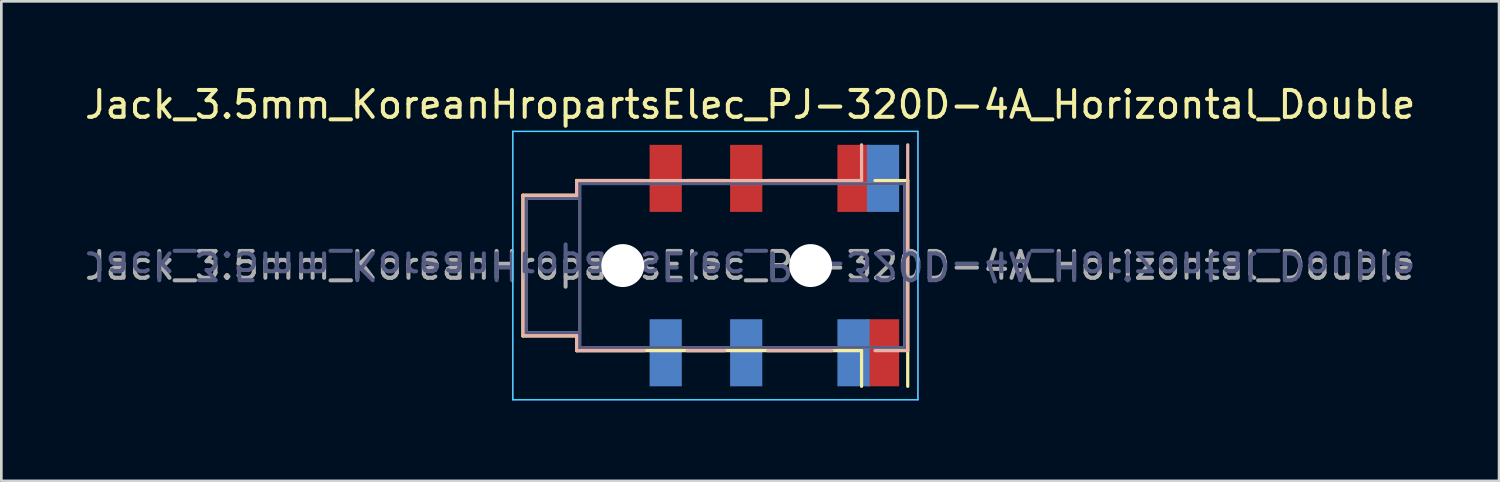
<source format=kicad_pcb>
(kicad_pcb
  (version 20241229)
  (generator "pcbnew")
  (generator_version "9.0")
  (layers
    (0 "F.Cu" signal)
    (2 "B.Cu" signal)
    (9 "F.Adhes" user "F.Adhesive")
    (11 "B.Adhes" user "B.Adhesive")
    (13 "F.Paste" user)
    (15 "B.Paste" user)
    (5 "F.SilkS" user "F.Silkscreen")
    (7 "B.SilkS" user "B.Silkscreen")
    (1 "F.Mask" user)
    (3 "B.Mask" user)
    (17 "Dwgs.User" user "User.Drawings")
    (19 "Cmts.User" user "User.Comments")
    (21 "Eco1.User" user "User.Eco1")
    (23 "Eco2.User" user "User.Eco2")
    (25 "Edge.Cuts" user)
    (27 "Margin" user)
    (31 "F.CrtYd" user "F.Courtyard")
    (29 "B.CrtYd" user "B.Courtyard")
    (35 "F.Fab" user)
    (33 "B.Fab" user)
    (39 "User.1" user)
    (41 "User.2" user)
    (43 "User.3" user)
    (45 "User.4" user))
  (footprint "Jack_3.5mm_KoreanHropartsElec_PJ-320D-4A_Horizontal_Double"
    (layer "F.Cu")
    (at 24.911 6.848)
    (property "Reference" "Jack_3.5mm_KoreanHropartsElec_PJ-320D-4A_Horizontal_Double" (at 0 -6 0) (unlocked yes) (layer "F.SilkS") (effects (font (size 1 1) (thickness 0.15))))
    (attr smd)
    (fp_line (start -8.47 -2.62) (end -6.47 -2.62) (stroke (width 0.12) (type solid)) (layer "F.SilkS"))
    (fp_line (start -8.47 2.62) (end -8.47 -2.62) (stroke (width 0.12) (type solid)) (layer "F.SilkS"))
    (fp_line (start -6.47 -3.17) (end -3.95 -3.17) (stroke (width 0.12) (type solid)) (layer "F.SilkS"))
    (fp_line (start -6.47 -2.62) (end -6.47 -3.17) (stroke (width 0.12) (type solid)) (layer "F.SilkS"))
    (fp_line (start -6.47 2.62) (end -8.47 2.62) (stroke (width 0.12) (type solid)) (layer "F.SilkS"))
    (fp_line (start -6.47 3.17) (end -6.47 2.62) (stroke (width 0.12) (type solid)) (layer "F.SilkS"))
    (fp_line (start -2.35 -3.17) (end -0.95 -3.17) (stroke (width 0.12) (type solid)) (layer "F.SilkS"))
    (fp_line (start 0.65 -3.17) (end 3.05 -3.17) (stroke (width 0.12) (type solid)) (layer "F.SilkS"))
    (fp_line (start 4.15 3.17) (end -6.47 3.17) (stroke (width 0.12) (type solid)) (layer "F.SilkS"))
    (fp_line (start 4.15 4.5) (end 4.15 3.17) (stroke (width 0.12) (type solid)) (layer "F.SilkS"))
    (fp_line (start 5.87 -3.17) (end 4.65 -3.17) (stroke (width 0.12) (type solid)) (layer "F.SilkS"))
    (fp_line (start 5.87 -3.17) (end 5.87 4.5) (stroke (width 0.12) (type solid)) (layer "F.SilkS"))
    (fp_line (start -8.47 -2.62) (end -8.47 2.62) (stroke (width 0.12) (type solid)) (layer "B.SilkS"))
    (fp_line (start -8.47 2.62) (end -6.47 2.62) (stroke (width 0.12) (type solid)) (layer "B.SilkS"))
    (fp_line (start -6.47 -3.17) (end -6.47 -2.62) (stroke (width 0.12) (type solid)) (layer "B.SilkS"))
    (fp_line (start -6.47 -2.62) (end -8.47 -2.62) (stroke (width 0.12) (type solid)) (layer "B.SilkS"))
    (fp_line (start -6.47 2.62) (end -6.47 3.17) (stroke (width 0.12) (type solid)) (layer "B.SilkS"))
    (fp_line (start -6.47 3.17) (end -3.95 3.17) (stroke (width 0.12) (type solid)) (layer "B.SilkS"))
    (fp_line (start -2.35 3.17) (end -0.95 3.17) (stroke (width 0.12) (type solid)) (layer "B.SilkS"))
    (fp_line (start 0.65 3.17) (end 3.05 3.17) (stroke (width 0.12) (type solid)) (layer "B.SilkS"))
    (fp_line (start 4.15 -4.5) (end 4.15 -3.17) (stroke (width 0.12) (type solid)) (layer "B.SilkS"))
    (fp_line (start 4.15 -3.17) (end -6.47 -3.17) (stroke (width 0.12) (type solid)) (layer "B.SilkS"))
    (fp_line (start 5.87 3.17) (end 4.65 3.17) (stroke (width 0.12) (type solid)) (layer "B.SilkS"))
    (fp_line (start 5.87 3.17) (end 5.87 -4.5) (stroke (width 0.12) (type solid)) (layer "B.SilkS"))
    (fp_line (start -8.85 -5) (end 6.25 -5) (stroke (width 0.05) (type solid)) (layer "B.CrtYd"))
    (fp_line (start -8.85 5) (end -8.85 -5) (stroke (width 0.05) (type solid)) (layer "B.CrtYd"))
    (fp_line (start 6.25 -5) (end 6.25 5) (stroke (width 0.05) (type solid)) (layer "B.CrtYd"))
    (fp_line (start 6.25 5) (end -8.85 5) (stroke (width 0.05) (type solid)) (layer "B.CrtYd"))
    (fp_line (start -8.85 -5) (end -8.85 5) (stroke (width 0.05) (type solid)) (layer "F.CrtYd"))
    (fp_line (start -8.85 5) (end 6.25 5) (stroke (width 0.05) (type solid)) (layer "F.CrtYd"))
    (fp_line (start 6.25 -5) (end -8.85 -5) (stroke (width 0.05) (type solid)) (layer "F.CrtYd"))
    (fp_line (start 6.25 5) (end 6.25 -5) (stroke (width 0.05) (type solid)) (layer "F.CrtYd"))
    (fp_line (start -8.35 -2.5) (end -8.35 2.5) (stroke (width 0.1) (type solid)) (layer "B.Fab"))
    (fp_line (start -8.35 2.5) (end -6.35 2.5) (stroke (width 0.1) (type solid)) (layer "B.Fab"))
    (fp_line (start -6.35 -3.05) (end -6.35 3.05) (stroke (width 0.1) (type solid)) (layer "B.Fab"))
    (fp_line (start -6.35 -2.5) (end -8.35 -2.5) (stroke (width 0.1) (type solid)) (layer "B.Fab"))
    (fp_line (start -6.35 3.05) (end 5.75 3.05) (stroke (width 0.1) (type solid)) (layer "B.Fab"))
    (fp_line (start 5.75 -3.05) (end -6.35 -3.05) (stroke (width 0.1) (type solid)) (layer "B.Fab"))
    (fp_line (start 5.75 3.05) (end 5.75 -3.05) (stroke (width 0.1) (type solid)) (layer "B.Fab"))
    (fp_line (start -8.35 -2.5) (end -6.35 -2.5) (stroke (width 0.1) (type solid)) (layer "F.Fab"))
    (fp_line (start -8.35 2.5) (end -8.35 -2.5) (stroke (width 0.1) (type solid)) (layer "F.Fab"))
    (fp_line (start -6.35 -3.05) (end 5.75 -3.05) (stroke (width 0.1) (type solid)) (layer "F.Fab"))
    (fp_line (start -6.35 2.5) (end -8.35 2.5) (stroke (width 0.1) (type solid)) (layer "F.Fab"))
    (fp_line (start -6.35 3.05) (end -6.35 -3.05) (stroke (width 0.1) (type solid)) (layer "F.Fab"))
    (fp_line (start 5.75 -3.05) (end 5.75 3.05) (stroke (width 0.1) (type solid)) (layer "F.Fab"))
    (fp_line (start 5.75 3.05) (end -6.35 3.05) (stroke (width 0.1) (type solid)) (layer "F.Fab"))
    (fp_text user "${REFERENCE}" (at 0 0 180) (unlocked yes) (layer "B.Fab") (effects (font (size 1 1) (thickness 0.15)) (justify mirror)))
    (fp_text user "${REFERENCE}" (at 0 0 0) (unlocked yes) (layer "F.Fab") (effects (font (size 1 1) (thickness 0.15))))
    (pad "" np_thru_hole circle (at -4.75 0) (size 1.6 1.6) (drill 1.6) (layers "*.Cu" "*.Mask"))
    (pad "" np_thru_hole circle (at 2.25 0 180) (size 1.6 1.6) (drill 1.6) (layers "*.Cu" "*.Mask"))
    (pad "R1" smd rect (at -0.15 -3.25) (size 1.2 2.5) (layers "F.Cu" "F.Mask" "F.Paste"))
    (pad "R1" smd rect (at -0.15 3.25 180) (size 1.2 2.5) (layers "B.Cu" "B.Mask" "B.Paste"))
    (pad "R2" smd rect (at -3.15 -3.25) (size 1.2 2.5) (layers "F.Cu" "F.Mask" "F.Paste"))
    (pad "R2" smd rect (at -3.15 3.25 180) (size 1.2 2.5) (layers "B.Cu" "B.Mask" "B.Paste"))
    (pad "S" smd rect (at 4.95 -3.25 180) (size 1.2 2.5) (layers "B.Cu" "B.Mask" "B.Paste"))
    (pad "S" smd rect (at 4.95 3.25) (size 1.2 2.5) (layers "F.Cu" "F.Mask" "F.Paste"))
    (pad "T" smd rect (at 3.85 -3.25) (size 1.2 2.5) (layers "F.Cu" "F.Mask" "F.Paste"))
    (pad "T" smd rect (at 3.85 3.25 180) (size 1.2 2.5) (layers "B.Cu" "B.Mask" "B.Paste")))
  (gr_rect
    (start -3 -3)
    (end 52.821 14.873)
    (stroke (width 0.1) (type default))
    (fill no)
    (layer "Edge.Cuts")))
</source>
